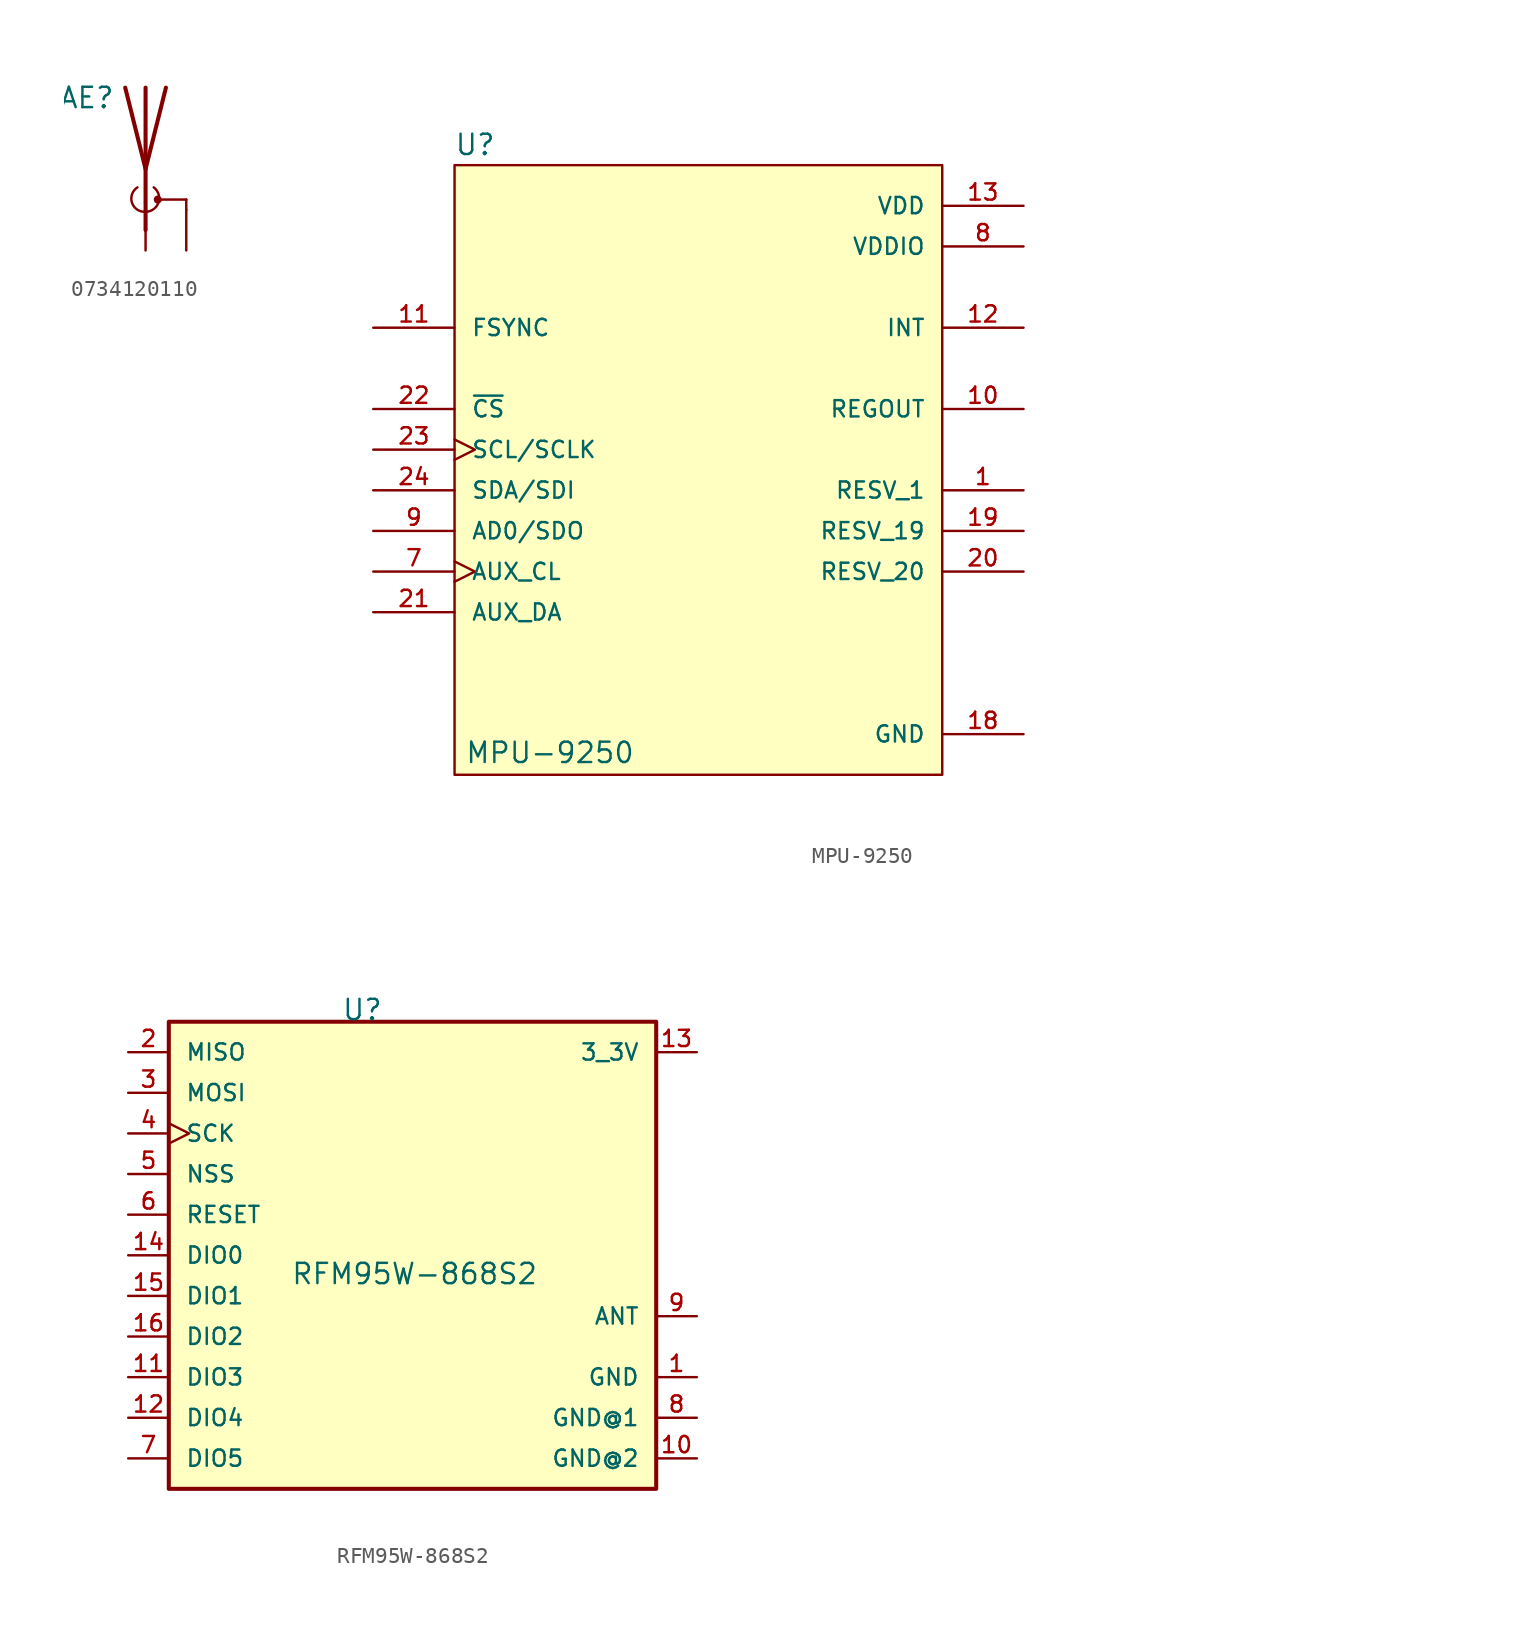
<source format=kicad_sym>
(kicad_symbol_lib
  (version 20211014)
  (generator kicad_symbol_editor)
  (symbol "0734120110"
    (pin_numbers hide)
    (pin_names
      (offset 1.016) hide)
    (property "Reference" "AE"
      (at -1.905 4.445 0)
      (effects (font (size 1.27 1.27)) (justify right)))
    (symbol "0734120110_0_1"
      (arc (start -0.508 -1.143) (mid -0.8429 -2.1194) (end 0 -2.667) (stroke (width 0) (type default) (color 0 0 0 0)) (fill (type none)))
      (arc (start 0 -2.667) (mid 0.7989 -2.1052) (end 0.508 -1.143) (stroke (width 0) (type default) (color 0 0 0 0)) (fill (type none)))
      (polyline (pts (xy 0 -2.54) (xy 0 0)) (stroke (width 0) (type default) (color 0 0 0 0)) (fill (type none)))
      (polyline (pts (xy 0 5.08) (xy 0 -3.81)) (stroke (width 0.254) (type default) (color 0 0 0 0)) (fill (type none)))
      (polyline (pts (xy 0.762 -1.905) (xy 2.54 -1.905)) (stroke (width 0) (type default) (color 0 0 0 0)) (fill (type none)))
      (polyline (pts (xy 2.54 -2.54) (xy 2.54 -1.905)) (stroke (width 0) (type default) (color 0 0 0 0)) (fill (type none)))
      (polyline (pts (xy 1.27 5.08) (xy 0 0) (xy -1.27 5.08)) (stroke (width 0.254) (type default) (color 0 0 0 0)) (fill (type none)))
      (circle (center 0.762 -1.905) (radius 0.178) (stroke (width 0) (type default) (color 0 0 0 0)) (fill (type outline))))
    (symbol "0734120110_1_1"
      (pin input line (at 0 -5.08 90) (length 2.54) (name "A" (effects (font (size 1.27 1.27)))) (number "1" (effects (font (size 1.27 1.27)))))
      (pin input line (at 2.54 -5.08 90) (length 2.54) (name "Shield" (effects (font (size 1.27 1.27)))) (number "2" (effects (font (size 1.27 1.27)))))))
  (symbol "MPU-9250"
    (pin_names
      (offset 1.016))
    (property "Reference" "U"
      (at -15.265 20.853 0)
      (effects (font (size 1.27 1.27)) (justify left bottom)))
    (property "Value" "MPU-9250"
      (at -14.605 -17.145 0)
      (effects (font (size 1.27 1.27)) (justify left bottom)))
    (symbol "MPU-9250_0_0"
      (rectangle (start -15.24 -17.78) (end 15.24 20.32) (stroke (width 0.152) (type default) (color 0 0 0 0)) (fill (type background)))
      (pin passive line (at 20.32 0 180) (length 5.08) (name "RESV_1" (effects (font (size 1.016 1.016)))) (number "1" (effects (font (size 1.016 1.016)))))
      (pin output line (at 20.32 5.08 180) (length 5.08) (name "REGOUT" (effects (font (size 1.016 1.016)))) (number "10" (effects (font (size 1.016 1.016)))))
      (pin input line (at -20.32 10.16 0) (length 5.08) (name "FSYNC" (effects (font (size 1.016 1.016)))) (number "11" (effects (font (size 1.016 1.016)))))
      (pin output line (at 20.32 10.16 180) (length 5.08) (name "INT" (effects (font (size 1.016 1.016)))) (number "12" (effects (font (size 1.016 1.016)))))
      (pin power_in line (at 20.32 17.78 180) (length 5.08) (name "VDD" (effects (font (size 1.016 1.016)))) (number "13" (effects (font (size 1.016 1.016)))))
      (pin power_in line (at 20.32 -15.24 180) (length 5.08) (name "GND" (effects (font (size 1.016 1.016)))) (number "18" (effects (font (size 1.016 1.016)))))
      (pin passive line (at 20.32 -2.54 180) (length 5.08) (name "RESV_19" (effects (font (size 1.016 1.016)))) (number "19" (effects (font (size 1.016 1.016)))))
      (pin passive line (at 20.32 -5.08 180) (length 5.08) (name "RESV_20" (effects (font (size 1.016 1.016)))) (number "20" (effects (font (size 1.016 1.016)))))
      (pin input line (at -20.32 -7.62 0) (length 5.08) (name "AUX_DA" (effects (font (size 1.016 1.016)))) (number "21" (effects (font (size 1.016 1.016)))))
      (pin input line (at -20.32 5.08 0) (length 5.08) (name "~{CS}" (effects (font (size 1.016 1.016)))) (number "22" (effects (font (size 1.016 1.016)))))
      (pin input clock (at -20.32 2.54 0) (length 5.08) (name "SCL/SCLK" (effects (font (size 1.016 1.016)))) (number "23" (effects (font (size 1.016 1.016)))))
      (pin bidirectional line (at -20.32 0 0) (length 5.08) (name "SDA/SDI" (effects (font (size 1.016 1.016)))) (number "24" (effects (font (size 1.016 1.016)))))
      (pin input clock (at -20.32 -5.08 0) (length 5.08) (name "AUX_CL" (effects (font (size 1.016 1.016)))) (number "7" (effects (font (size 1.016 1.016)))))
      (pin power_in line (at 20.32 15.24 180) (length 5.08) (name "VDDIO" (effects (font (size 1.016 1.016)))) (number "8" (effects (font (size 1.016 1.016)))))
      (pin input line (at -20.32 -2.54 0) (length 5.08) (name "AD0/SDO" (effects (font (size 1.016 1.016)))) (number "9" (effects (font (size 1.016 1.016))))))
    (symbol "MPU-9250_1_1"
      (pin no_connect line (at 31.115 -5.715 270) (length 2.54) hide (name "" (effects (font (size 1.27 1.27)))) (number "14" (effects (font (size 1.27 1.27)))))
      (pin no_connect line (at 34.29 -5.715 270) (length 2.54) hide (name "" (effects (font (size 1.27 1.27)))) (number "15" (effects (font (size 1.27 1.27)))))
      (pin no_connect line (at 37.465 -5.715 270) (length 2.54) hide (name "" (effects (font (size 1.27 1.27)))) (number "16" (effects (font (size 1.27 1.27)))))
      (pin no_connect line (at 40.64 -5.715 270) (length 2.54) hide (name "" (effects (font (size 1.27 1.27)))) (number "17" (effects (font (size 1.27 1.27)))))
      (pin no_connect line (at 31.115 8.255 270) (length 2.54) hide (name "" (effects (font (size 1.27 1.27)))) (number "2" (effects (font (size 1.27 1.27)))))
      (pin no_connect line (at 33.655 8.255 270) (length 2.54) hide (name "" (effects (font (size 1.27 1.27)))) (number "3" (effects (font (size 1.27 1.27)))))
      (pin no_connect line (at 36.195 8.255 270) (length 2.54) hide (name "" (effects (font (size 1.27 1.27)))) (number "4" (effects (font (size 1.27 1.27)))))
      (pin no_connect line (at 38.735 8.255 270) (length 2.54) hide (name "" (effects (font (size 1.27 1.27)))) (number "5" (effects (font (size 1.27 1.27)))))
      (pin no_connect line (at 41.275 8.255 270) (length 2.54) hide (name "" (effects (font (size 1.27 1.27)))) (number "6" (effects (font (size 1.27 1.27)))))))
  (symbol "RFM95W-868S2"
    (pin_names
      (offset 1.016))
    (property "Reference" "U"
      (at -4.445 14.605 0)
      (effects (font (size 1.27 1.27)) (justify left bottom)))
    (property "Value" "RFM95W-868S2"
      (at -7.62 -1.905 0)
      (effects (font (size 1.27 1.27)) (justify left bottom)))
    (symbol "RFM95W-868S2_0_0"
      (rectangle (start -15.24 14.605) (end 15.24 -14.605) (stroke (width 0.254) (type default) (color 0 0 0 0)) (fill (type background)))
      (pin power_in line (at 17.78 -7.62 180) (length 2.54) (name "GND" (effects (font (size 1.016 1.016)))) (number "1" (effects (font (size 1.016 1.016)))))
      (pin power_in line (at 17.78 -12.7 180) (length 2.54) (name "GND@2" (effects (font (size 1.016 1.016)))) (number "10" (effects (font (size 1.016 1.016)))))
      (pin bidirectional line (at -17.78 -7.62 0) (length 2.54) (name "DIO3" (effects (font (size 1.016 1.016)))) (number "11" (effects (font (size 1.016 1.016)))))
      (pin bidirectional line (at -17.78 -10.16 0) (length 2.54) (name "DIO4" (effects (font (size 1.016 1.016)))) (number "12" (effects (font (size 1.016 1.016)))))
      (pin power_in line (at 17.78 12.7 180) (length 2.54) (name "3_3V" (effects (font (size 1.016 1.016)))) (number "13" (effects (font (size 1.016 1.016)))))
      (pin bidirectional line (at -17.78 0 0) (length 2.54) (name "DIO0" (effects (font (size 1.016 1.016)))) (number "14" (effects (font (size 1.016 1.016)))))
      (pin bidirectional line (at -17.78 -2.54 0) (length 2.54) (name "DIO1" (effects (font (size 1.016 1.016)))) (number "15" (effects (font (size 1.016 1.016)))))
      (pin bidirectional line (at -17.78 -5.08 0) (length 2.54) (name "DIO2" (effects (font (size 1.016 1.016)))) (number "16" (effects (font (size 1.016 1.016)))))
      (pin input line (at -17.78 12.7 0) (length 2.54) (name "MISO" (effects (font (size 1.016 1.016)))) (number "2" (effects (font (size 1.016 1.016)))))
      (pin output line (at -17.78 10.16 0) (length 2.54) (name "MOSI" (effects (font (size 1.016 1.016)))) (number "3" (effects (font (size 1.016 1.016)))))
      (pin input clock (at -17.78 7.62 0) (length 2.54) (name "SCK" (effects (font (size 1.016 1.016)))) (number "4" (effects (font (size 1.016 1.016)))))
      (pin input line (at -17.78 5.08 0) (length 2.54) (name "NSS" (effects (font (size 1.016 1.016)))) (number "5" (effects (font (size 1.016 1.016)))))
      (pin bidirectional line (at -17.78 2.54 0) (length 2.54) (name "RESET" (effects (font (size 1.016 1.016)))) (number "6" (effects (font (size 1.016 1.016)))))
      (pin bidirectional line (at -17.78 -12.7 0) (length 2.54) (name "DIO5" (effects (font (size 1.016 1.016)))) (number "7" (effects (font (size 1.016 1.016)))))
      (pin power_in line (at 17.78 -10.16 180) (length 2.54) (name "GND@1" (effects (font (size 1.016 1.016)))) (number "8" (effects (font (size 1.016 1.016)))))
      (pin passive line (at 17.78 -3.81 180) (length 2.54) (name "ANT" (effects (font (size 1.016 1.016)))) (number "9" (effects (font (size 1.016 1.016))))))))
</source>
